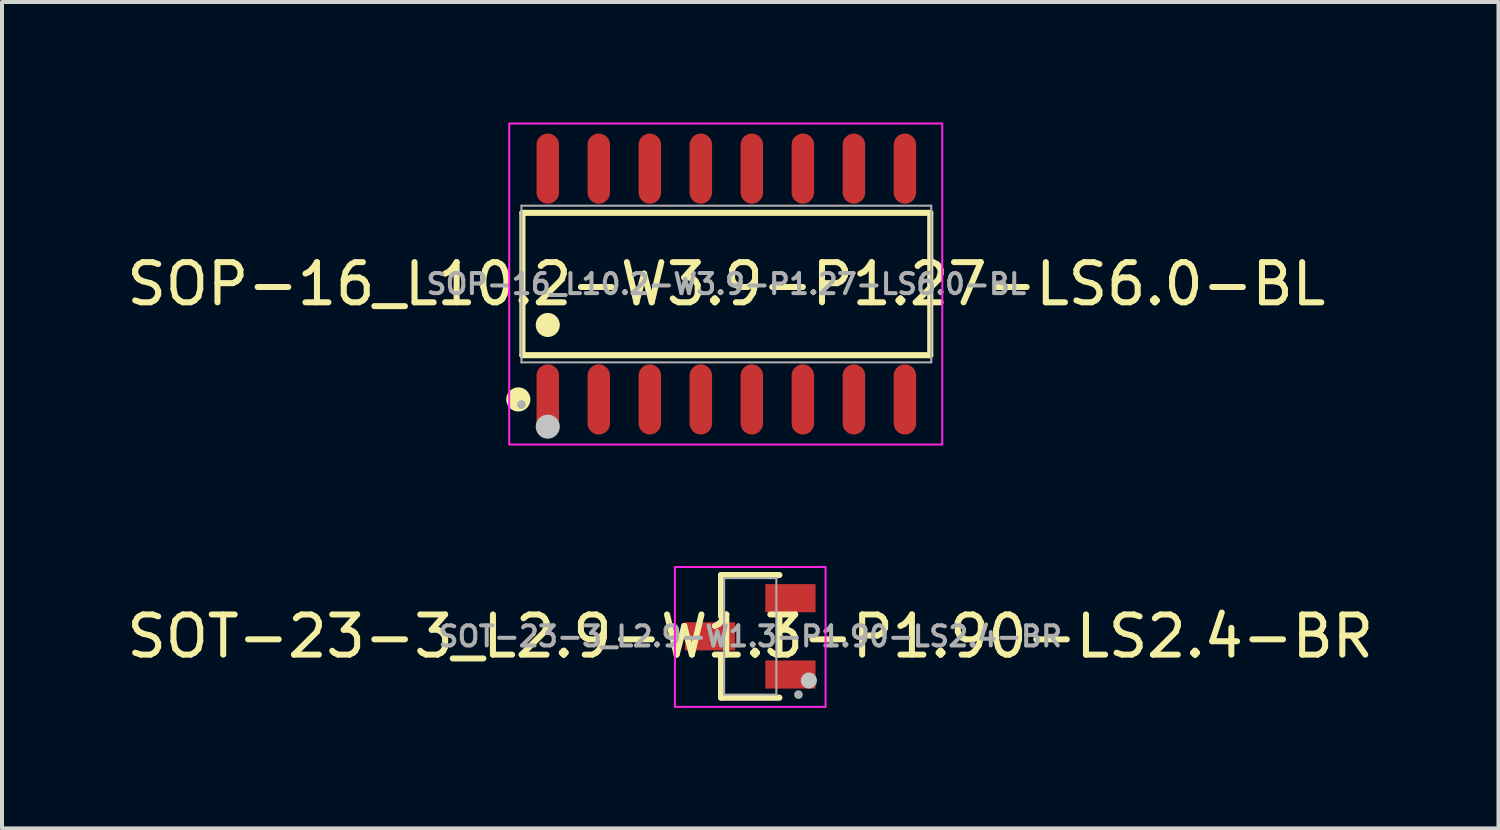
<source format=kicad_pcb>
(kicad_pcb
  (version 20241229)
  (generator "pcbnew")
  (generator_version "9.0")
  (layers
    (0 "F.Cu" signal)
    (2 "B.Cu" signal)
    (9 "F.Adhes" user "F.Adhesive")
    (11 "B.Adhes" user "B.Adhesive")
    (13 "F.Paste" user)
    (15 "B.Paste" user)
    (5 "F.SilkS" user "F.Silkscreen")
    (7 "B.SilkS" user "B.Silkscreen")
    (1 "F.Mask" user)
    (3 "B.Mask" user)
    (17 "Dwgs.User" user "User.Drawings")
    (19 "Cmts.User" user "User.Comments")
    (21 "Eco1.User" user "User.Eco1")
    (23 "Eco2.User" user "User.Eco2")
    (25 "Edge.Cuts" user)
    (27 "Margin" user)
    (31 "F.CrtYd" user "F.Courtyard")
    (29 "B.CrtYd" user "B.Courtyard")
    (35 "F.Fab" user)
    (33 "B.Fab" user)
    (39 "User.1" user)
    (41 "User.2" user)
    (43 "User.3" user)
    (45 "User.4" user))
  (footprint "SOP-16_L10.2-W3.9-P1.27-LS6.0-BL"
    (layer "F.Cu")
    (at 15.03 4.02)
    (property "Reference" "SOP-16_L10.2-W3.9-P1.27-LS6.0-BL" (at 0 0 0) (layer "F.SilkS") (effects (font (size 1 1) (thickness 0.15))))
    (fp_line (start -5.076 -1.772) (end 5.076 -1.772) (stroke (width 0.152) (type default)) (layer "F.SilkS"))
    (fp_line (start -5.076 1.772) (end -5.076 -1.772) (stroke (width 0.152) (type default)) (layer "F.SilkS"))
    (fp_line (start 5.076 -1.772) (end 5.076 1.772) (stroke (width 0.152) (type default)) (layer "F.SilkS"))
    (fp_line (start 5.076 1.772) (end -5.076 1.772) (stroke (width 0.152) (type default)) (layer "F.SilkS"))
    (fp_circle (center -5.178 2.873) (end -5.027 2.873) (stroke (width 0.3) (type default)) (fill no) (layer "F.SilkS"))
    (fp_circle (center -4.445 1.019) (end -4.295 1.019) (stroke (width 0.3) (type default)) (fill no) (layer "F.SilkS"))
    (fp_circle (center -4.445 3.55) (end -4.295 3.55) (stroke (width 0.3) (type default)) (fill no) (layer "Dwgs.User"))
    (fp_rect (start -5.405 -3.995) (end 5.375 3.995) (stroke (width 0.05) (type default)) (fill no) (layer "F.CrtYd"))
    (fp_line (start -5.1 -1.95) (end 5.1 -1.95) (stroke (width 0.051) (type default)) (layer "F.Fab"))
    (fp_line (start -5.1 1.95) (end -5.1 -1.95) (stroke (width 0.051) (type default)) (layer "F.Fab"))
    (fp_line (start 5.1 -1.95) (end 5.1 1.95) (stroke (width 0.051) (type default)) (layer "F.Fab"))
    (fp_line (start 5.1 1.95) (end -5.1 1.95) (stroke (width 0.051) (type default)) (layer "F.Fab"))
    (fp_poly (pts (xy -5.045 2.977) (xy -5.077 2.945) (xy -5.123 2.945) (xy -5.155 2.977) (xy -5.155 3.023) (xy -5.123 3.055) (xy -5.077 3.055) (xy -5.045 3.023)) (stroke (width 0.1) (type default)) (fill no) (layer "F.Fab"))
    (fp_poly (pts (xy -4.65 -2.165) (xy -4.65 -3) (xy -4.24 -3) (xy -4.24 -2.165)) (stroke (width 0.1) (type default)) (fill no) (layer "User.1"))
    (fp_poly (pts (xy -4.65 -1.94) (xy -4.65 -2.175) (xy -4.24 -2.175) (xy -4.24 -1.94)) (stroke (width 0.1) (type default)) (fill no) (layer "User.1"))
    (fp_poly (pts (xy -4.65 2.175) (xy -4.65 1.94) (xy -4.24 1.94) (xy -4.24 2.175)) (stroke (width 0.1) (type default)) (fill no) (layer "User.1"))
    (fp_poly (pts (xy -4.65 3) (xy -4.65 2.165) (xy -4.24 2.165) (xy -4.24 3)) (stroke (width 0.1) (type default)) (fill no) (layer "User.1"))
    (fp_poly (pts (xy -3.38 -2.165) (xy -3.38 -3) (xy -2.97 -3) (xy -2.97 -2.165)) (stroke (width 0.1) (type default)) (fill no) (layer "User.1"))
    (fp_poly (pts (xy -3.38 -1.94) (xy -3.38 -2.175) (xy -2.97 -2.175) (xy -2.97 -1.94)) (stroke (width 0.1) (type default)) (fill no) (layer "User.1"))
    (fp_poly (pts (xy -3.38 2.175) (xy -3.38 1.94) (xy -2.97 1.94) (xy -2.97 2.175)) (stroke (width 0.1) (type default)) (fill no) (layer "User.1"))
    (fp_poly (pts (xy -3.38 3) (xy -3.38 2.165) (xy -2.97 2.165) (xy -2.97 3)) (stroke (width 0.1) (type default)) (fill no) (layer "User.1"))
    (fp_poly (pts (xy -2.11 -2.165) (xy -2.11 -3) (xy -1.7 -3) (xy -1.7 -2.165)) (stroke (width 0.1) (type default)) (fill no) (layer "User.1"))
    (fp_poly (pts (xy -2.11 -1.94) (xy -2.11 -2.175) (xy -1.7 -2.175) (xy -1.7 -1.94)) (stroke (width 0.1) (type default)) (fill no) (layer "User.1"))
    (fp_poly (pts (xy -2.11 2.175) (xy -2.11 1.94) (xy -1.7 1.94) (xy -1.7 2.175)) (stroke (width 0.1) (type default)) (fill no) (layer "User.1"))
    (fp_poly (pts (xy -2.11 3) (xy -2.11 2.165) (xy -1.7 2.165) (xy -1.7 3)) (stroke (width 0.1) (type default)) (fill no) (layer "User.1"))
    (fp_poly (pts (xy -0.84 -2.165) (xy -0.84 -3) (xy -0.43 -3) (xy -0.43 -2.165)) (stroke (width 0.1) (type default)) (fill no) (layer "User.1"))
    (fp_poly (pts (xy -0.84 -1.94) (xy -0.84 -2.175) (xy -0.43 -2.175) (xy -0.43 -1.94)) (stroke (width 0.1) (type default)) (fill no) (layer "User.1"))
    (fp_poly (pts (xy -0.84 2.175) (xy -0.84 1.94) (xy -0.43 1.94) (xy -0.43 2.175)) (stroke (width 0.1) (type default)) (fill no) (layer "User.1"))
    (fp_poly (pts (xy -0.84 3) (xy -0.84 2.165) (xy -0.43 2.165) (xy -0.43 3)) (stroke (width 0.1) (type default)) (fill no) (layer "User.1"))
    (fp_poly (pts (xy 0.43 -2.165) (xy 0.43 -3) (xy 0.84 -3) (xy 0.84 -2.165)) (stroke (width 0.1) (type default)) (fill no) (layer "User.1"))
    (fp_poly (pts (xy 0.43 -1.94) (xy 0.43 -2.175) (xy 0.84 -2.175) (xy 0.84 -1.94)) (stroke (width 0.1) (type default)) (fill no) (layer "User.1"))
    (fp_poly (pts (xy 0.43 2.175) (xy 0.43 1.94) (xy 0.84 1.94) (xy 0.84 2.175)) (stroke (width 0.1) (type default)) (fill no) (layer "User.1"))
    (fp_poly (pts (xy 0.43 3) (xy 0.43 2.165) (xy 0.84 2.165) (xy 0.84 3)) (stroke (width 0.1) (type default)) (fill no) (layer "User.1"))
    (fp_poly (pts (xy 1.7 -2.165) (xy 1.7 -3) (xy 2.11 -3) (xy 2.11 -2.165)) (stroke (width 0.1) (type default)) (fill no) (layer "User.1"))
    (fp_poly (pts (xy 1.7 -1.94) (xy 1.7 -2.175) (xy 2.11 -2.175) (xy 2.11 -1.94)) (stroke (width 0.1) (type default)) (fill no) (layer "User.1"))
    (fp_poly (pts (xy 1.7 2.175) (xy 1.7 1.94) (xy 2.11 1.94) (xy 2.11 2.175)) (stroke (width 0.1) (type default)) (fill no) (layer "User.1"))
    (fp_poly (pts (xy 1.7 3) (xy 1.7 2.165) (xy 2.11 2.165) (xy 2.11 3)) (stroke (width 0.1) (type default)) (fill no) (layer "User.1"))
    (fp_poly (pts (xy 2.97 -2.165) (xy 2.97 -3) (xy 3.38 -3) (xy 3.38 -2.165)) (stroke (width 0.1) (type default)) (fill no) (layer "User.1"))
    (fp_poly (pts (xy 2.97 -1.94) (xy 2.97 -2.175) (xy 3.38 -2.175) (xy 3.38 -1.94)) (stroke (width 0.1) (type default)) (fill no) (layer "User.1"))
    (fp_poly (pts (xy 2.97 2.175) (xy 2.97 1.94) (xy 3.38 1.94) (xy 3.38 2.175)) (stroke (width 0.1) (type default)) (fill no) (layer "User.1"))
    (fp_poly (pts (xy 2.97 3) (xy 2.97 2.165) (xy 3.38 2.165) (xy 3.38 3)) (stroke (width 0.1) (type default)) (fill no) (layer "User.1"))
    (fp_poly (pts (xy 4.24 -2.165) (xy 4.24 -3) (xy 4.65 -3) (xy 4.65 -2.165)) (stroke (width 0.1) (type default)) (fill no) (layer "User.1"))
    (fp_poly (pts (xy 4.24 -1.94) (xy 4.24 -2.175) (xy 4.65 -2.175) (xy 4.65 -1.94)) (stroke (width 0.1) (type default)) (fill no) (layer "User.1"))
    (fp_poly (pts (xy 4.24 2.175) (xy 4.24 1.94) (xy 4.65 1.94) (xy 4.65 2.175)) (stroke (width 0.1) (type default)) (fill no) (layer "User.1"))
    (fp_poly (pts (xy 4.24 3) (xy 4.24 2.165) (xy 4.65 2.165) (xy 4.65 3)) (stroke (width 0.1) (type default)) (fill no) (layer "User.1"))
    (fp_text user "${REFERENCE}" (at 0 0 0) (layer "F.Fab") (effects (font (size 0.5 0.5) (thickness 0.1))))
    (pad "1" smd oval (at -4.445 2.873) (size 0.56 1.745) (layers "F.Cu" "F.Mask" "F.Paste"))
    (pad "2" smd oval (at -3.175 2.873) (size 0.56 1.745) (layers "F.Cu" "F.Mask" "F.Paste"))
    (pad "3" smd oval (at -1.905 2.873) (size 0.56 1.745) (layers "F.Cu" "F.Mask" "F.Paste"))
    (pad "4" smd oval (at -0.635 2.873) (size 0.56 1.745) (layers "F.Cu" "F.Mask" "F.Paste"))
    (pad "5" smd oval (at 0.635 2.873) (size 0.56 1.745) (layers "F.Cu" "F.Mask" "F.Paste"))
    (pad "6" smd oval (at 1.905 2.873) (size 0.56 1.745) (layers "F.Cu" "F.Mask" "F.Paste"))
    (pad "7" smd oval (at 3.175 2.873) (size 0.56 1.745) (layers "F.Cu" "F.Mask" "F.Paste"))
    (pad "8" smd oval (at 4.445 2.873) (size 0.56 1.745) (layers "F.Cu" "F.Mask" "F.Paste"))
    (pad "9" smd oval (at 4.445 -2.873) (size 0.56 1.745) (layers "F.Cu" "F.Mask" "F.Paste"))
    (pad "10" smd oval (at 3.175 -2.873) (size 0.56 1.745) (layers "F.Cu" "F.Mask" "F.Paste"))
    (pad "11" smd oval (at 1.905 -2.873) (size 0.56 1.745) (layers "F.Cu" "F.Mask" "F.Paste"))
    (pad "12" smd oval (at 0.635 -2.873) (size 0.56 1.745) (layers "F.Cu" "F.Mask" "F.Paste"))
    (pad "13" smd oval (at -0.635 -2.873) (size 0.56 1.745) (layers "F.Cu" "F.Mask" "F.Paste"))
    (pad "14" smd oval (at -1.905 -2.873) (size 0.56 1.745) (layers "F.Cu" "F.Mask" "F.Paste"))
    (pad "15" smd oval (at -3.175 -2.873) (size 0.56 1.745) (layers "F.Cu" "F.Mask" "F.Paste"))
    (pad "16" smd oval (at -4.445 -2.873) (size 0.56 1.745) (layers "F.Cu" "F.Mask" "F.Paste")))
  (footprint "SOT-23-3_L2.9-W1.3-P1.90-LS2.4-BR"
    (layer "F.Cu")
    (at 15.625 12.79)
    (property "Reference" "SOT-23-3_L2.9-W1.3-P1.90-LS2.4-BR" (at 0 0 0) (layer "F.SilkS") (effects (font (size 1 1) (thickness 0.15))))
    (fp_line (start -0.726 -1.526) (end -0.726 -0.494) (stroke (width 0.152) (type default)) (layer "F.SilkS"))
    (fp_line (start -0.726 1.526) (end -0.726 0.494) (stroke (width 0.152) (type default)) (layer "F.SilkS"))
    (fp_line (start 0.726 -1.526) (end -0.726 -1.526) (stroke (width 0.152) (type default)) (layer "F.SilkS"))
    (fp_line (start 0.726 -0.456) (end 0.726 0.456) (stroke (width 0.152) (type default)) (layer "F.SilkS"))
    (fp_line (start 0.726 1.526) (end -0.726 1.526) (stroke (width 0.152) (type default)) (layer "F.SilkS"))
    (fp_circle (center 1.46 1.1) (end 1.56 1.1) (stroke (width 0.2) (type default)) (fill no) (layer "Dwgs.User"))
    (fp_rect (start -1.875 -1.726) (end 1.875 1.755) (stroke (width 0.05) (type default)) (fill no) (layer "F.CrtYd"))
    (fp_line (start -0.65 -1.45) (end 0.65 -1.45) (stroke (width 0.051) (type default)) (layer "F.Fab"))
    (fp_line (start -0.65 1.45) (end -0.65 -1.45) (stroke (width 0.051) (type default)) (layer "F.Fab"))
    (fp_line (start 0.65 -1.45) (end 0.65 1.45) (stroke (width 0.051) (type default)) (layer "F.Fab"))
    (fp_line (start 0.65 1.45) (end -0.65 1.45) (stroke (width 0.051) (type default)) (layer "F.Fab"))
    (fp_poly (pts (xy 1.255 1.427) (xy 1.223 1.395) (xy 1.177 1.395) (xy 1.145 1.427) (xy 1.145 1.473) (xy 1.177 1.505) (xy 1.223 1.505) (xy 1.255 1.473)) (stroke (width 0.1) (type default)) (fill no) (layer "F.Fab"))
    (fp_poly (pts (xy -1.2 0.215) (xy -1.2 -0.215) (xy -0.9 -0.215) (xy -0.9 0.215)) (stroke (width 0.1) (type default)) (fill no) (layer "User.1"))
    (fp_poly (pts (xy -0.91 0.215) (xy -0.91 -0.215) (xy -0.64 -0.215) (xy -0.64 0.215)) (stroke (width 0.1) (type default)) (fill no) (layer "User.1"))
    (fp_poly (pts (xy 0.64 -0.735) (xy 0.64 -1.165) (xy 0.91 -1.165) (xy 0.91 -0.735)) (stroke (width 0.1) (type default)) (fill no) (layer "User.1"))
    (fp_poly (pts (xy 0.64 1.165) (xy 0.64 0.735) (xy 0.91 0.735) (xy 0.91 1.165)) (stroke (width 0.1) (type default)) (fill no) (layer "User.1"))
    (fp_poly (pts (xy 0.9 -0.735) (xy 0.9 -1.165) (xy 1.2 -1.165) (xy 1.2 -0.735)) (stroke (width 0.1) (type default)) (fill no) (layer "User.1"))
    (fp_poly (pts (xy 0.9 1.165) (xy 0.9 0.735) (xy 1.2 0.735) (xy 1.2 1.165)) (stroke (width 0.1) (type default)) (fill no) (layer "User.1"))
    (fp_text user "${REFERENCE}" (at 0 0 0) (layer "F.Fab") (effects (font (size 0.5 0.5) (thickness 0.1))))
    (pad "1" smd rect (at 1 0.95) (size 1.25 0.7) (layers "F.Cu" "F.Mask" "F.Paste"))
    (pad "2" smd rect (at 1 -0.95) (size 1.25 0.7) (layers "F.Cu" "F.Mask" "F.Paste"))
    (pad "3" smd rect (at -1 0) (size 1.25 0.7) (layers "F.Cu" "F.Mask" "F.Paste")))
  (gr_rect
    (start -3 -3)
    (end 34.25 17.571)
    (stroke (width 0.1) (type default))
    (fill no)
    (layer "Edge.Cuts")))
</source>
